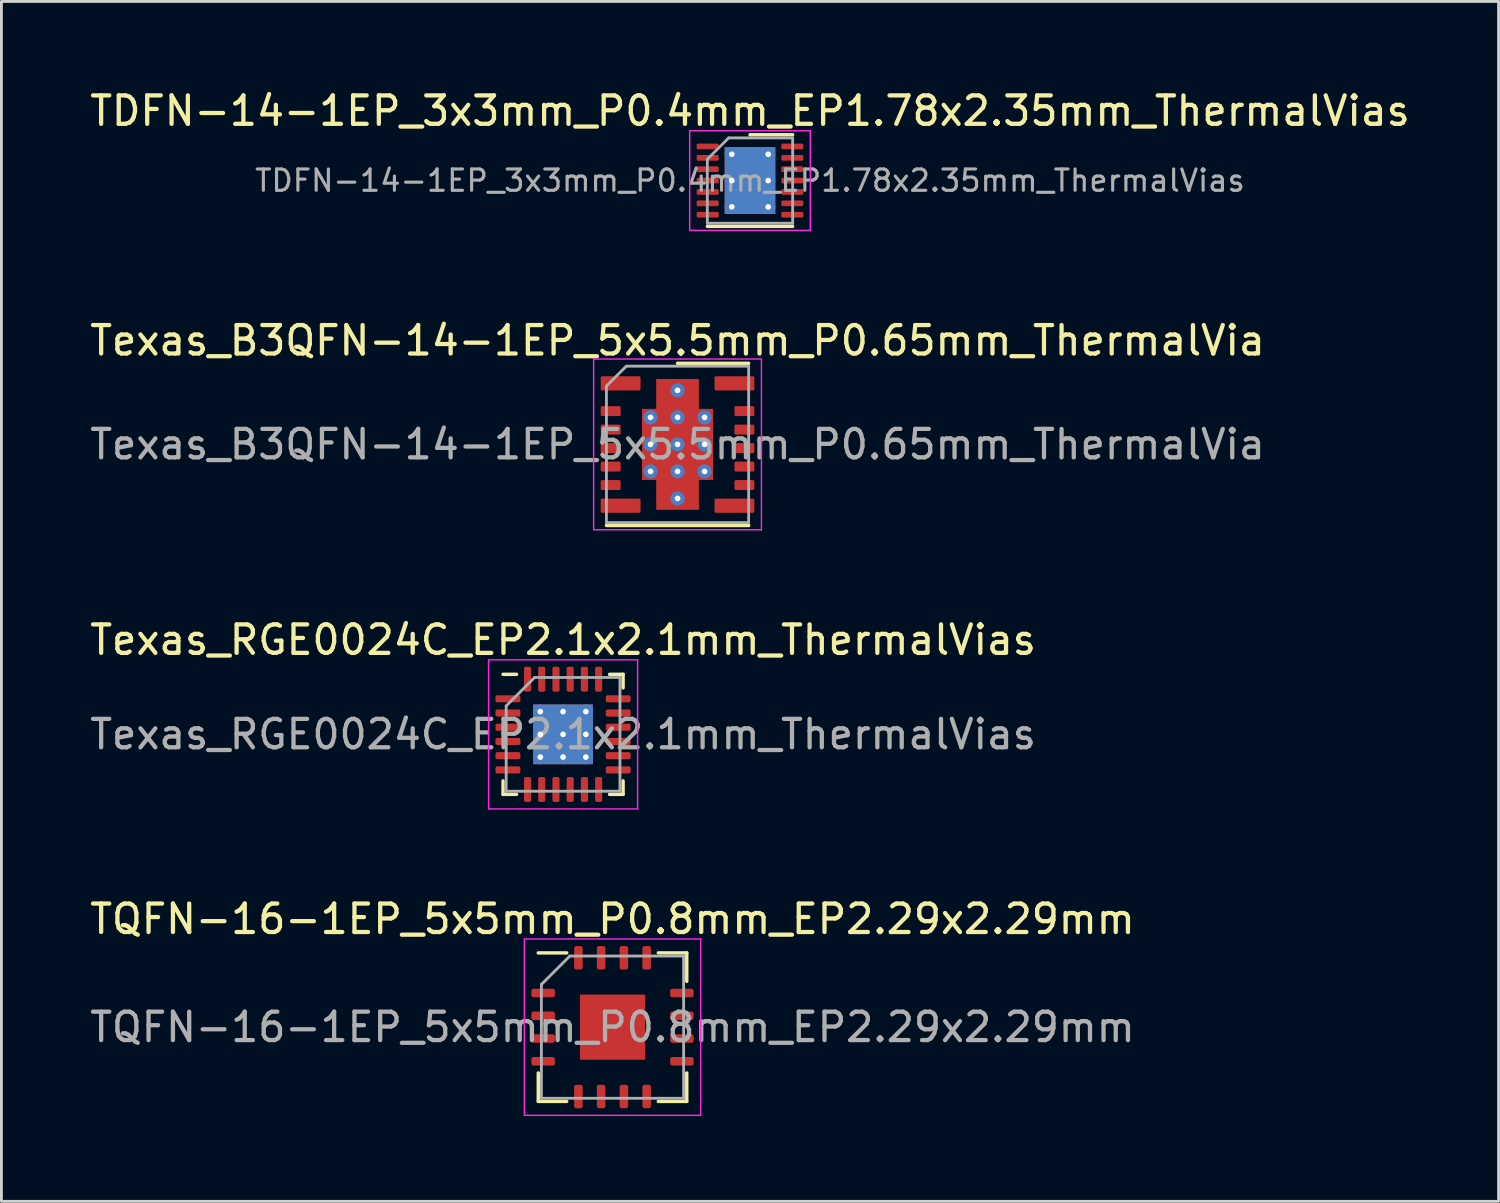
<source format=kicad_pcb>
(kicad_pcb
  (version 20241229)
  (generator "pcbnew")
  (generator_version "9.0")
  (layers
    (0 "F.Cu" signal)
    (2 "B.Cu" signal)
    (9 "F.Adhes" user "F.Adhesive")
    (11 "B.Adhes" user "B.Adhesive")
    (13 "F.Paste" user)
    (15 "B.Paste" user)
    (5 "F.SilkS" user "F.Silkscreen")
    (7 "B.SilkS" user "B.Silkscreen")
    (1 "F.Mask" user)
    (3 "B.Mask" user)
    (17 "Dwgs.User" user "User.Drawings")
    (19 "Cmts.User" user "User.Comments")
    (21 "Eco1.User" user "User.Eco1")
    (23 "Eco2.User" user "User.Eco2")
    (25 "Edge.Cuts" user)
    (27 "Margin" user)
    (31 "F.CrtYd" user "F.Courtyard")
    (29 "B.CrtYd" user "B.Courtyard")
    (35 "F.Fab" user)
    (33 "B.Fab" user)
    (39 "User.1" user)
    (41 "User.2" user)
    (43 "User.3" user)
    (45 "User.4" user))
  (footprint "Texas_RGE0024C_EP2.1x2.1mm_ThermalVias"
    (layer "F.Cu")
    (at 16.744 22.765)
    (property "Reference" "Texas_RGE0024C_EP2.1x2.1mm_ThermalVias" (at 0 -3.32 0) (layer "F.SilkS") (effects (font (size 1 1) (thickness 0.15))))
    (attr smd)
    (fp_line (start -2.11 2.11) (end -2.11 1.635) (stroke (width 0.12) (type solid)) (layer "F.SilkS"))
    (fp_line (start -1.635 -2.11) (end -2.11 -2.11) (stroke (width 0.12) (type solid)) (layer "F.SilkS"))
    (fp_line (start -1.635 2.11) (end -2.11 2.11) (stroke (width 0.12) (type solid)) (layer "F.SilkS"))
    (fp_line (start 1.635 -2.11) (end 2.11 -2.11) (stroke (width 0.12) (type solid)) (layer "F.SilkS"))
    (fp_line (start 1.635 2.11) (end 2.11 2.11) (stroke (width 0.12) (type solid)) (layer "F.SilkS"))
    (fp_line (start 2.11 -2.11) (end 2.11 -1.635) (stroke (width 0.12) (type solid)) (layer "F.SilkS"))
    (fp_line (start 2.11 2.11) (end 2.11 1.635) (stroke (width 0.12) (type solid)) (layer "F.SilkS"))
    (fp_line (start -2.62 -2.62) (end -2.62 2.62) (stroke (width 0.05) (type solid)) (layer "F.CrtYd"))
    (fp_line (start -2.62 2.62) (end 2.62 2.62) (stroke (width 0.05) (type solid)) (layer "F.CrtYd"))
    (fp_line (start 2.62 -2.62) (end -2.62 -2.62) (stroke (width 0.05) (type solid)) (layer "F.CrtYd"))
    (fp_line (start 2.62 2.62) (end 2.62 -2.62) (stroke (width 0.05) (type solid)) (layer "F.CrtYd"))
    (fp_line (start -2 -1) (end -1 -2) (stroke (width 0.1) (type solid)) (layer "F.Fab"))
    (fp_line (start -2 2) (end -2 -1) (stroke (width 0.1) (type solid)) (layer "F.Fab"))
    (fp_line (start -1 -2) (end 2 -2) (stroke (width 0.1) (type solid)) (layer "F.Fab"))
    (fp_line (start 2 -2) (end 2 2) (stroke (width 0.1) (type solid)) (layer "F.Fab"))
    (fp_line (start 2 2) (end -2 2) (stroke (width 0.1) (type solid)) (layer "F.Fab"))
    (fp_text user "${REFERENCE}" (at 0 0 0) (layer "F.Fab") (effects (font (size 1 1) (thickness 0.15))))
    (pad "" smd roundrect (at -0.525 -0.525) (size 0.85 0.85) (layers "F.Paste") (roundrect_rratio 0.25))
    (pad "" smd roundrect (at -0.525 0.525) (size 0.85 0.85) (layers "F.Paste") (roundrect_rratio 0.25))
    (pad "" smd roundrect (at 0.525 -0.525) (size 0.85 0.85) (layers "F.Paste") (roundrect_rratio 0.25))
    (pad "" smd roundrect (at 0.525 0.525) (size 0.85 0.85) (layers "F.Paste") (roundrect_rratio 0.25))
    (pad "1" smd roundrect (at -1.938 -1.25) (size 0.875 0.25) (layers "F.Cu" "F.Mask" "F.Paste") (roundrect_rratio 0.25))
    (pad "2" smd roundrect (at -1.938 -0.75) (size 0.875 0.25) (layers "F.Cu" "F.Mask" "F.Paste") (roundrect_rratio 0.25))
    (pad "3" smd roundrect (at -1.938 -0.25) (size 0.875 0.25) (layers "F.Cu" "F.Mask" "F.Paste") (roundrect_rratio 0.25))
    (pad "4" smd roundrect (at -1.938 0.25) (size 0.875 0.25) (layers "F.Cu" "F.Mask" "F.Paste") (roundrect_rratio 0.25))
    (pad "5" smd roundrect (at -1.938 0.75) (size 0.875 0.25) (layers "F.Cu" "F.Mask" "F.Paste") (roundrect_rratio 0.25))
    (pad "6" smd roundrect (at -1.938 1.25) (size 0.875 0.25) (layers "F.Cu" "F.Mask" "F.Paste") (roundrect_rratio 0.25))
    (pad "7" smd roundrect (at -1.25 1.938) (size 0.25 0.875) (layers "F.Cu" "F.Mask" "F.Paste") (roundrect_rratio 0.25))
    (pad "8" smd roundrect (at -0.75 1.938) (size 0.25 0.875) (layers "F.Cu" "F.Mask" "F.Paste") (roundrect_rratio 0.25))
    (pad "9" smd roundrect (at -0.25 1.938) (size 0.25 0.875) (layers "F.Cu" "F.Mask" "F.Paste") (roundrect_rratio 0.25))
    (pad "10" smd roundrect (at 0.25 1.938) (size 0.25 0.875) (layers "F.Cu" "F.Mask" "F.Paste") (roundrect_rratio 0.25))
    (pad "11" smd roundrect (at 0.75 1.938) (size 0.25 0.875) (layers "F.Cu" "F.Mask" "F.Paste") (roundrect_rratio 0.25))
    (pad "12" smd roundrect (at 1.25 1.938) (size 0.25 0.875) (layers "F.Cu" "F.Mask" "F.Paste") (roundrect_rratio 0.25))
    (pad "13" smd roundrect (at 1.938 1.25) (size 0.875 0.25) (layers "F.Cu" "F.Mask" "F.Paste") (roundrect_rratio 0.25))
    (pad "14" smd roundrect (at 1.938 0.75) (size 0.875 0.25) (layers "F.Cu" "F.Mask" "F.Paste") (roundrect_rratio 0.25))
    (pad "15" smd roundrect (at 1.938 0.25) (size 0.875 0.25) (layers "F.Cu" "F.Mask" "F.Paste") (roundrect_rratio 0.25))
    (pad "16" smd roundrect (at 1.938 -0.25) (size 0.875 0.25) (layers "F.Cu" "F.Mask" "F.Paste") (roundrect_rratio 0.25))
    (pad "17" smd roundrect (at 1.938 -0.75) (size 0.875 0.25) (layers "F.Cu" "F.Mask" "F.Paste") (roundrect_rratio 0.25))
    (pad "18" smd roundrect (at 1.938 -1.25) (size 0.875 0.25) (layers "F.Cu" "F.Mask" "F.Paste") (roundrect_rratio 0.25))
    (pad "19" smd roundrect (at 1.25 -1.938) (size 0.25 0.875) (layers "F.Cu" "F.Mask" "F.Paste") (roundrect_rratio 0.25))
    (pad "20" smd roundrect (at 0.75 -1.938) (size 0.25 0.875) (layers "F.Cu" "F.Mask" "F.Paste") (roundrect_rratio 0.25))
    (pad "21" smd roundrect (at 0.25 -1.938) (size 0.25 0.875) (layers "F.Cu" "F.Mask" "F.Paste") (roundrect_rratio 0.25))
    (pad "22" smd roundrect (at -0.25 -1.938) (size 0.25 0.875) (layers "F.Cu" "F.Mask" "F.Paste") (roundrect_rratio 0.25))
    (pad "23" smd roundrect (at -0.75 -1.938) (size 0.25 0.875) (layers "F.Cu" "F.Mask" "F.Paste") (roundrect_rratio 0.25))
    (pad "24" smd roundrect (at -1.25 -1.938) (size 0.25 0.875) (layers "F.Cu" "F.Mask" "F.Paste") (roundrect_rratio 0.25))
    (pad "25" thru_hole circle (at -0.8 -0.8) (size 0.5 0.5) (drill 0.2) (layers "*.Cu"))
    (pad "25" thru_hole circle (at -0.8 0) (size 0.5 0.5) (drill 0.2) (layers "*.Cu"))
    (pad "25" thru_hole circle (at -0.8 0.8) (size 0.5 0.5) (drill 0.2) (layers "*.Cu"))
    (pad "25" thru_hole circle (at 0 -0.8) (size 0.5 0.5) (drill 0.2) (layers "*.Cu"))
    (pad "25" thru_hole circle (at 0 0) (size 0.5 0.5) (drill 0.2) (layers "*.Cu"))
    (pad "25" smd rect (at 0 0) (size 2.1 2.1) (layers "F.Cu" "F.Mask"))
    (pad "25" smd rect (at 0 0) (size 2.1 2.1) (layers "B.Cu"))
    (pad "25" thru_hole circle (at 0 0.8) (size 0.5 0.5) (drill 0.2) (layers "*.Cu"))
    (pad "25" thru_hole circle (at 0.8 -0.8) (size 0.5 0.5) (drill 0.2) (layers "*.Cu"))
    (pad "25" thru_hole circle (at 0.8 0) (size 0.5 0.5) (drill 0.2) (layers "*.Cu"))
    (pad "25" thru_hole circle (at 0.8 0.8) (size 0.5 0.5) (drill 0.2) (layers "*.Cu")))
  (footprint "TDFN-14-1EP_3x3mm_P0.4mm_EP1.78x2.35mm_ThermalVias"
    (layer "F.Cu")
    (at 23.315 3.298)
    (property "Reference" "TDFN-14-1EP_3x3mm_P0.4mm_EP1.78x2.35mm_ThermalVias" (at 0 -2.45 0) (layer "F.SilkS") (effects (font (size 1 1) (thickness 0.15))))
    (attr smd)
    (fp_line (start -1.5 1.61) (end 1.5 1.61) (stroke (width 0.12) (type solid)) (layer "F.SilkS"))
    (fp_line (start 0 -1.61) (end 1.5 -1.61) (stroke (width 0.12) (type solid)) (layer "F.SilkS"))
    (fp_line (start -2.12 -1.75) (end -2.12 1.75) (stroke (width 0.05) (type solid)) (layer "F.CrtYd"))
    (fp_line (start -2.12 1.75) (end 2.12 1.75) (stroke (width 0.05) (type solid)) (layer "F.CrtYd"))
    (fp_line (start 2.12 -1.75) (end -2.12 -1.75) (stroke (width 0.05) (type solid)) (layer "F.CrtYd"))
    (fp_line (start 2.12 1.75) (end 2.12 -1.75) (stroke (width 0.05) (type solid)) (layer "F.CrtYd"))
    (fp_line (start -1.5 -0.75) (end -0.75 -1.5) (stroke (width 0.1) (type solid)) (layer "F.Fab"))
    (fp_line (start -1.5 1.5) (end -1.5 -0.75) (stroke (width 0.1) (type solid)) (layer "F.Fab"))
    (fp_line (start -0.75 -1.5) (end 1.5 -1.5) (stroke (width 0.1) (type solid)) (layer "F.Fab"))
    (fp_line (start 1.5 -1.5) (end 1.5 1.5) (stroke (width 0.1) (type solid)) (layer "F.Fab"))
    (fp_line (start 1.5 1.5) (end -1.5 1.5) (stroke (width 0.1) (type solid)) (layer "F.Fab"))
    (fp_text user "${REFERENCE}" (at 0 0 0) (layer "F.Fab") (effects (font (size 0.75 0.75) (thickness 0.11))))
    (pad "" smd roundrect (at -0.445 -0.59) (size 0.77 1.02) (layers "F.Paste") (roundrect_rratio 0.25))
    (pad "" smd roundrect (at -0.445 0.59) (size 0.77 1.02) (layers "F.Paste") (roundrect_rratio 0.25))
    (pad "" smd roundrect (at 0.445 -0.59) (size 0.77 1.02) (layers "F.Paste") (roundrect_rratio 0.25))
    (pad "" smd roundrect (at 0.445 0.59) (size 0.77 1.02) (layers "F.Paste") (roundrect_rratio 0.25))
    (pad "1" smd roundrect (at -1.488 -1.2) (size 0.775 0.2) (layers "F.Cu" "F.Mask" "F.Paste") (roundrect_rratio 0.25))
    (pad "2" smd roundrect (at -1.488 -0.8) (size 0.775 0.2) (layers "F.Cu" "F.Mask" "F.Paste") (roundrect_rratio 0.25))
    (pad "3" smd roundrect (at -1.488 -0.4) (size 0.775 0.2) (layers "F.Cu" "F.Mask" "F.Paste") (roundrect_rratio 0.25))
    (pad "4" smd roundrect (at -1.488 0) (size 0.775 0.2) (layers "F.Cu" "F.Mask" "F.Paste") (roundrect_rratio 0.25))
    (pad "5" smd roundrect (at -1.488 0.4) (size 0.775 0.2) (layers "F.Cu" "F.Mask" "F.Paste") (roundrect_rratio 0.25))
    (pad "6" smd roundrect (at -1.488 0.8) (size 0.775 0.2) (layers "F.Cu" "F.Mask" "F.Paste") (roundrect_rratio 0.25))
    (pad "7" smd roundrect (at -1.488 1.2) (size 0.775 0.2) (layers "F.Cu" "F.Mask" "F.Paste") (roundrect_rratio 0.25))
    (pad "8" smd roundrect (at 1.488 1.2) (size 0.775 0.2) (layers "F.Cu" "F.Mask" "F.Paste") (roundrect_rratio 0.25))
    (pad "9" smd roundrect (at 1.488 0.8) (size 0.775 0.2) (layers "F.Cu" "F.Mask" "F.Paste") (roundrect_rratio 0.25))
    (pad "10" smd roundrect (at 1.488 0.4) (size 0.775 0.2) (layers "F.Cu" "F.Mask" "F.Paste") (roundrect_rratio 0.25))
    (pad "11" smd roundrect (at 1.488 0) (size 0.775 0.2) (layers "F.Cu" "F.Mask" "F.Paste") (roundrect_rratio 0.25))
    (pad "12" smd roundrect (at 1.488 -0.4) (size 0.775 0.2) (layers "F.Cu" "F.Mask" "F.Paste") (roundrect_rratio 0.25))
    (pad "13" smd roundrect (at 1.488 -0.8) (size 0.775 0.2) (layers "F.Cu" "F.Mask" "F.Paste") (roundrect_rratio 0.25))
    (pad "14" smd roundrect (at 1.488 -1.2) (size 0.775 0.2) (layers "F.Cu" "F.Mask" "F.Paste") (roundrect_rratio 0.25))
    (pad "15" thru_hole circle (at -0.64 -0.925) (size 0.5 0.5) (drill 0.2) (layers "*.Cu"))
    (pad "15" thru_hole circle (at -0.64 0) (size 0.5 0.5) (drill 0.2) (layers "*.Cu"))
    (pad "15" thru_hole circle (at -0.64 0.925) (size 0.5 0.5) (drill 0.2) (layers "*.Cu"))
    (pad "15" smd rect (at 0 0) (size 1.78 2.35) (layers "F.Cu" "F.Mask"))
    (pad "15" smd rect (at 0 0) (size 1.78 2.35) (layers "B.Cu"))
    (pad "15" thru_hole circle (at 0.64 -0.925) (size 0.5 0.5) (drill 0.2) (layers "*.Cu"))
    (pad "15" thru_hole circle (at 0.64 0) (size 0.5 0.5) (drill 0.2) (layers "*.Cu"))
    (pad "15" thru_hole circle (at 0.64 0.925) (size 0.5 0.5) (drill 0.2) (layers "*.Cu")))
  (footprint "TQFN-16-1EP_5x5mm_P0.8mm_EP2.29x2.29mm"
    (layer "F.Cu")
    (at 18.482 33.058)
    (property "Reference" "TQFN-16-1EP_5x5mm_P0.8mm_EP2.29x2.29mm" (at 0 -3.8 0) (layer "F.SilkS") (effects (font (size 1 1) (thickness 0.15))))
    (attr smd)
    (fp_line (start -2.61 2.61) (end -2.61 1.61) (stroke (width 0.12) (type solid)) (layer "F.SilkS"))
    (fp_line (start -1.61 -2.61) (end -2.61 -2.61) (stroke (width 0.12) (type solid)) (layer "F.SilkS"))
    (fp_line (start -1.61 2.61) (end -2.61 2.61) (stroke (width 0.12) (type solid)) (layer "F.SilkS"))
    (fp_line (start 1.61 -2.61) (end 2.61 -2.61) (stroke (width 0.12) (type solid)) (layer "F.SilkS"))
    (fp_line (start 1.61 2.61) (end 2.61 2.61) (stroke (width 0.12) (type solid)) (layer "F.SilkS"))
    (fp_line (start 2.61 -2.61) (end 2.61 -1.61) (stroke (width 0.12) (type solid)) (layer "F.SilkS"))
    (fp_line (start 2.61 2.61) (end 2.61 1.61) (stroke (width 0.12) (type solid)) (layer "F.SilkS"))
    (fp_line (start -3.1 -3.1) (end -3.1 3.1) (stroke (width 0.05) (type solid)) (layer "F.CrtYd"))
    (fp_line (start -3.1 3.1) (end 3.1 3.1) (stroke (width 0.05) (type solid)) (layer "F.CrtYd"))
    (fp_line (start 3.1 -3.1) (end -3.1 -3.1) (stroke (width 0.05) (type solid)) (layer "F.CrtYd"))
    (fp_line (start 3.1 3.1) (end 3.1 -3.1) (stroke (width 0.05) (type solid)) (layer "F.CrtYd"))
    (fp_line (start -2.5 -1.5) (end -1.5 -2.5) (stroke (width 0.1) (type solid)) (layer "F.Fab"))
    (fp_line (start -2.5 2.5) (end -2.5 -1.5) (stroke (width 0.1) (type solid)) (layer "F.Fab"))
    (fp_line (start -1.5 -2.5) (end 2.5 -2.5) (stroke (width 0.1) (type solid)) (layer "F.Fab"))
    (fp_line (start 2.5 -2.5) (end 2.5 2.5) (stroke (width 0.1) (type solid)) (layer "F.Fab"))
    (fp_line (start 2.5 2.5) (end -2.5 2.5) (stroke (width 0.1) (type solid)) (layer "F.Fab"))
    (fp_text user "${REFERENCE}" (at 0 0 0) (layer "F.Fab") (effects (font (size 1 1) (thickness 0.15))))
    (pad "" smd roundrect (at -0.57 -0.57) (size 0.92 0.92) (layers "F.Paste") (roundrect_rratio 0.25))
    (pad "" smd roundrect (at -0.57 0.57) (size 0.92 0.92) (layers "F.Paste") (roundrect_rratio 0.25))
    (pad "" smd roundrect (at 0.57 -0.57) (size 0.92 0.92) (layers "F.Paste") (roundrect_rratio 0.25))
    (pad "" smd roundrect (at 0.57 0.57) (size 0.92 0.92) (layers "F.Paste") (roundrect_rratio 0.25))
    (pad "1" smd roundrect (at -2.438 -1.2) (size 0.825 0.3) (layers "F.Cu" "F.Mask" "F.Paste") (roundrect_rratio 0.25))
    (pad "2" smd roundrect (at -2.438 -0.4) (size 0.825 0.3) (layers "F.Cu" "F.Mask" "F.Paste") (roundrect_rratio 0.25))
    (pad "3" smd roundrect (at -2.438 0.4) (size 0.825 0.3) (layers "F.Cu" "F.Mask" "F.Paste") (roundrect_rratio 0.25))
    (pad "4" smd roundrect (at -2.438 1.2) (size 0.825 0.3) (layers "F.Cu" "F.Mask" "F.Paste") (roundrect_rratio 0.25))
    (pad "5" smd roundrect (at -1.2 2.438) (size 0.3 0.825) (layers "F.Cu" "F.Mask" "F.Paste") (roundrect_rratio 0.25))
    (pad "6" smd roundrect (at -0.4 2.438) (size 0.3 0.825) (layers "F.Cu" "F.Mask" "F.Paste") (roundrect_rratio 0.25))
    (pad "7" smd roundrect (at 0.4 2.438) (size 0.3 0.825) (layers "F.Cu" "F.Mask" "F.Paste") (roundrect_rratio 0.25))
    (pad "8" smd roundrect (at 1.2 2.438) (size 0.3 0.825) (layers "F.Cu" "F.Mask" "F.Paste") (roundrect_rratio 0.25))
    (pad "9" smd roundrect (at 2.438 1.2) (size 0.825 0.3) (layers "F.Cu" "F.Mask" "F.Paste") (roundrect_rratio 0.25))
    (pad "10" smd roundrect (at 2.438 0.4) (size 0.825 0.3) (layers "F.Cu" "F.Mask" "F.Paste") (roundrect_rratio 0.25))
    (pad "11" smd roundrect (at 2.438 -0.4) (size 0.825 0.3) (layers "F.Cu" "F.Mask" "F.Paste") (roundrect_rratio 0.25))
    (pad "12" smd roundrect (at 2.438 -1.2) (size 0.825 0.3) (layers "F.Cu" "F.Mask" "F.Paste") (roundrect_rratio 0.25))
    (pad "13" smd roundrect (at 1.2 -2.438) (size 0.3 0.825) (layers "F.Cu" "F.Mask" "F.Paste") (roundrect_rratio 0.25))
    (pad "14" smd roundrect (at 0.4 -2.438) (size 0.3 0.825) (layers "F.Cu" "F.Mask" "F.Paste") (roundrect_rratio 0.25))
    (pad "15" smd roundrect (at -0.4 -2.438) (size 0.3 0.825) (layers "F.Cu" "F.Mask" "F.Paste") (roundrect_rratio 0.25))
    (pad "16" smd roundrect (at -1.2 -2.438) (size 0.3 0.825) (layers "F.Cu" "F.Mask" "F.Paste") (roundrect_rratio 0.25))
    (pad "17" smd rect (at 0 0) (size 2.29 2.29) (layers "F.Cu" "F.Mask")))
  (footprint "Texas_B3QFN-14-1EP_5x5.5mm_P0.65mm_ThermalVia"
    (layer "F.Cu")
    (at 20.768 12.572)
    (property "Reference" "Texas_B3QFN-14-1EP_5x5.5mm_P0.65mm_ThermalVia" (at 0 -3.65 0) (layer "F.SilkS") (effects (font (size 1 1) (thickness 0.15))))
    (attr smd)
    (fp_line (start 2.5 -2.85) (end 0 -2.85) (stroke (width 0.12) (type solid)) (layer "F.SilkS"))
    (fp_line (start 2.5 2.85) (end -2.5 2.85) (stroke (width 0.12) (type solid)) (layer "F.SilkS"))
    (fp_line (start -2.95 -3) (end 2.95 -3) (stroke (width 0.05) (type solid)) (layer "F.CrtYd"))
    (fp_line (start -2.95 3) (end -2.95 -3) (stroke (width 0.05) (type solid)) (layer "F.CrtYd"))
    (fp_line (start 2.95 -3) (end 2.95 3) (stroke (width 0.05) (type solid)) (layer "F.CrtYd"))
    (fp_line (start 2.95 3) (end -2.95 3) (stroke (width 0.05) (type solid)) (layer "F.CrtYd"))
    (fp_line (start -2.5 2.75) (end -2.5 -2.05) (stroke (width 0.1) (type solid)) (layer "F.Fab"))
    (fp_line (start -1.8 -2.75) (end -2.5 -2.05) (stroke (width 0.1) (type solid)) (layer "F.Fab"))
    (fp_line (start -1.8 -2.75) (end 2.5 -2.75) (stroke (width 0.1) (type solid)) (layer "F.Fab"))
    (fp_line (start 2.5 -2.75) (end 2.5 2.75) (stroke (width 0.1) (type solid)) (layer "F.Fab"))
    (fp_line (start 2.5 2.75) (end -2.5 2.75) (stroke (width 0.1) (type solid)) (layer "F.Fab"))
    (fp_text user "${REFERENCE}" (at 0 0 0) (layer "F.Fab") (effects (font (size 1 1) (thickness 0.15))))
    (pad "" smd roundrect (at -0.625 -0.475) (size 0.95 0.65) (layers "F.Paste") (roundrect_rratio 0.077))
    (pad "" smd roundrect (at -0.625 0.475) (size 0.95 0.65) (layers "F.Paste") (roundrect_rratio 0.077))
    (pad "" smd roundrect (at -0.425 -1.675) (size 0.6 1.15) (layers "F.Paste") (roundrect_rratio 0.083))
    (pad "" smd roundrect (at -0.425 1.675) (size 0.6 1.15) (layers "F.Paste") (roundrect_rratio 0.083))
    (pad "" smd roundrect (at 0.425 -1.675) (size 0.6 1.15) (layers "F.Paste") (roundrect_rratio 0.083))
    (pad "" smd roundrect (at 0.425 1.675) (size 0.6 1.15) (layers "F.Paste") (roundrect_rratio 0.083))
    (pad "" smd roundrect (at 0.625 -0.475) (size 0.95 0.65) (layers "F.Paste") (roundrect_rratio 0.077))
    (pad "" smd roundrect (at 0.625 0.475) (size 0.95 0.65) (layers "F.Paste") (roundrect_rratio 0.077))
    (pad "1" smd roundrect (at -2 -2.145) (size 1.4 0.5) (layers "F.Cu" "F.Mask" "F.Paste") (roundrect_rratio 0.1))
    (pad "2" smd roundrect (at -2.35 -1.17) (size 0.7 0.35) (layers "F.Cu" "F.Mask" "F.Paste") (roundrect_rratio 0.143))
    (pad "3" smd roundrect (at -2.35 -0.52) (size 0.7 0.35) (layers "F.Cu" "F.Mask" "F.Paste") (roundrect_rratio 0.143))
    (pad "4" smd roundrect (at -2.35 0.13) (size 0.7 0.35) (layers "F.Cu" "F.Mask" "F.Paste") (roundrect_rratio 0.143))
    (pad "5" smd roundrect (at -2.35 0.78) (size 0.7 0.35) (layers "F.Cu" "F.Mask" "F.Paste") (roundrect_rratio 0.143))
    (pad "6" smd roundrect (at -2.35 1.43) (size 0.7 0.35) (layers "F.Cu" "F.Mask" "F.Paste") (roundrect_rratio 0.143))
    (pad "7" smd roundrect (at -2 2.155) (size 1.4 0.5) (layers "F.Cu" "F.Mask" "F.Paste") (roundrect_rratio 0.1))
    (pad "8" smd roundrect (at 2 2.155) (size 1.4 0.5) (layers "F.Cu" "F.Mask" "F.Paste") (roundrect_rratio 0.1))
    (pad "9" smd roundrect (at 2.35 1.43) (size 0.7 0.35) (layers "F.Cu" "F.Mask" "F.Paste") (roundrect_rratio 0.143))
    (pad "10" smd roundrect (at 2.35 0.78) (size 0.7 0.35) (layers "F.Cu" "F.Mask" "F.Paste") (roundrect_rratio 0.143))
    (pad "11" smd roundrect (at 2.35 0.13) (size 0.7 0.35) (layers "F.Cu" "F.Mask" "F.Paste") (roundrect_rratio 0.143))
    (pad "12" smd roundrect (at 2.35 -0.52) (size 0.7 0.35) (layers "F.Cu" "F.Mask" "F.Paste") (roundrect_rratio 0.143))
    (pad "13" smd roundrect (at 2.35 -1.17) (size 0.7 0.35) (layers "F.Cu" "F.Mask" "F.Paste") (roundrect_rratio 0.143))
    (pad "14" smd roundrect (at 2 -2.145) (size 1.4 0.5) (layers "F.Cu" "F.Mask" "F.Paste") (roundrect_rratio 0.1))
    (pad "15" thru_hole circle (at -0.95 -0.95) (size 0.5 0.5) (drill 0.2) (layers "*.Cu" "*.Mask"))
    (pad "15" thru_hole circle (at -0.95 0) (size 0.5 0.5) (drill 0.2) (layers "*.Cu" "*.Mask"))
    (pad "15" thru_hole circle (at -0.95 0.95) (size 0.5 0.5) (drill 0.2) (layers "*.Cu" "*.Mask"))
    (pad "15" thru_hole circle (at 0 -1.9) (size 0.5 0.5) (drill 0.2) (layers "*.Cu" "*.Mask"))
    (pad "15" thru_hole circle (at 0 -0.95) (size 0.5 0.5) (drill 0.2) (layers "*.Cu" "*.Mask"))
    (pad "15" thru_hole circle (at 0 0) (size 0.5 0.5) (drill 0.2) (layers "*.Cu" "*.Mask"))
    (pad "15" smd custom (at 0 0) (size 2.5 2.5) (layers "F.Cu" "F.Mask") (options (anchor rect)) (primitives (gr_poly (pts (xy -0.75 -1.25) (xy -0.75 -2.3) (xy 0.75 -2.3) (xy 0.75 -1.25)) (width 0) (fill yes)) (gr_poly (pts (xy -0.75 1.25) (xy -0.75 2.3) (xy 0.75 2.3) (xy 0.75 1.25)) (width 0) (fill yes))))
    (pad "15" thru_hole circle (at 0 0.95) (size 0.5 0.5) (drill 0.2) (layers "*.Cu" "*.Mask"))
    (pad "15" thru_hole circle (at 0 1.9) (size 0.5 0.5) (drill 0.2) (layers "*.Cu" "*.Mask"))
    (pad "15" thru_hole circle (at 0.95 -0.95) (size 0.5 0.5) (drill 0.2) (layers "*.Cu" "*.Mask"))
    (pad "15" thru_hole circle (at 0.95 0) (size 0.5 0.5) (drill 0.2) (layers "*.Cu" "*.Mask"))
    (pad "15" thru_hole circle (at 0.95 0.95) (size 0.5 0.5) (drill 0.2) (layers "*.Cu" "*.Mask")))
  (gr_rect
    (start -3 -3)
    (end 49.631 39.183)
    (stroke (width 0.1) (type default))
    (fill no)
    (layer "Edge.Cuts")))
</source>
